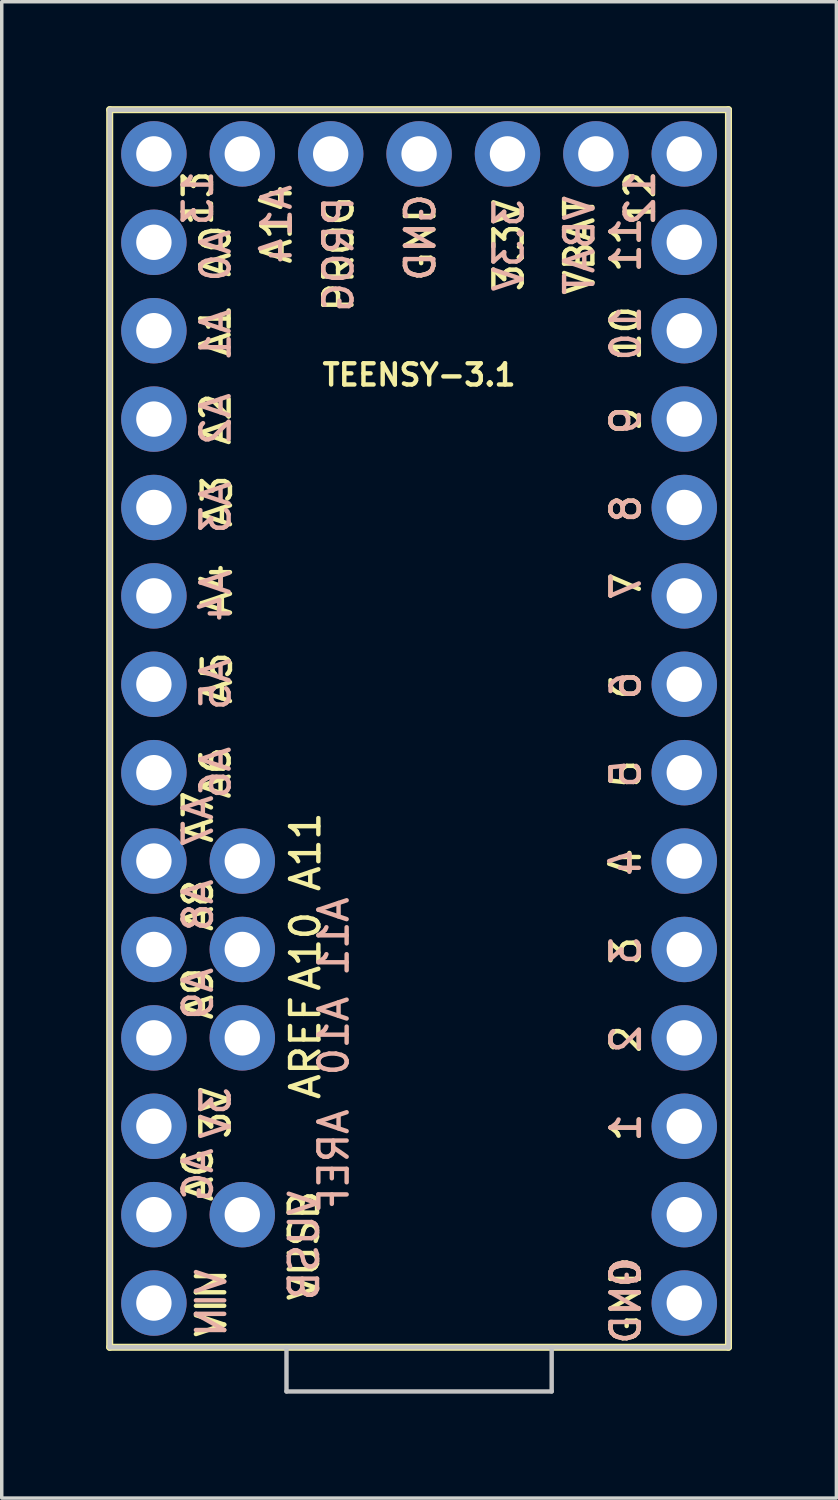
<source format=kicad_pcb>
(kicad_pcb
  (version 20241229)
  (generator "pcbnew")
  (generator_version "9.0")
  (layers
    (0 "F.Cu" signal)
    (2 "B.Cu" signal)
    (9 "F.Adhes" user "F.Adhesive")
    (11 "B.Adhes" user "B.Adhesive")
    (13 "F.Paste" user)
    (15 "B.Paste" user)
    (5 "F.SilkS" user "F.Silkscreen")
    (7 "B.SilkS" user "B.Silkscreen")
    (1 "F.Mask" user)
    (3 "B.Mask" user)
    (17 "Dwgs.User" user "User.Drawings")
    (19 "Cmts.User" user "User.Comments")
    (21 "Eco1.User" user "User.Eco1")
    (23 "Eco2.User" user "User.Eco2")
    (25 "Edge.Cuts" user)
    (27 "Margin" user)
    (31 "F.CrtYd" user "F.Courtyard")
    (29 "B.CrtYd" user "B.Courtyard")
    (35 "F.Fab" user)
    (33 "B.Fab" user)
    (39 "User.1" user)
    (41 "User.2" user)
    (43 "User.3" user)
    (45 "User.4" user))
  (footprint "TEENSY-3.1"
    (layer "F.Cu")
    (at 8.992 17.882)
    (property "Reference" "TEENSY-3.1" (at 0 -10.16 0) (layer "F.SilkS") (effects (font (size 0.61 0.61) (thickness 0.127))))
    (attr exclude_from_pos_files exclude_from_bom)
    (fp_line (start -8.89 -17.78) (end 8.89 -17.78) (stroke (width 0.127) (type solid)) (layer "F.SilkS"))
    (fp_line (start -8.89 -17.78) (end 8.89 -17.78) (stroke (width 0.203) (type solid)) (layer "F.SilkS"))
    (fp_line (start -8.89 17.78) (end -8.89 -17.78) (stroke (width 0.127) (type solid)) (layer "F.SilkS"))
    (fp_line (start -8.89 17.78) (end -8.89 -17.78) (stroke (width 0.203) (type solid)) (layer "F.SilkS"))
    (fp_line (start 8.89 -17.78) (end 8.89 17.78) (stroke (width 0.127) (type solid)) (layer "F.SilkS"))
    (fp_line (start 8.89 -17.78) (end 8.89 17.78) (stroke (width 0.203) (type solid)) (layer "F.SilkS"))
    (fp_line (start 8.89 17.78) (end -8.89 17.78) (stroke (width 0.127) (type solid)) (layer "F.SilkS"))
    (fp_line (start 8.89 17.78) (end -8.89 17.78) (stroke (width 0.203) (type solid)) (layer "F.SilkS"))
    (fp_line (start -8.89 -17.78) (end 8.89 -17.78) (stroke (width 0.127) (type solid)) (layer "Dwgs.User"))
    (fp_line (start -8.89 17.78) (end -8.89 -17.78) (stroke (width 0.127) (type solid)) (layer "Dwgs.User"))
    (fp_line (start -3.81 17.78) (end -8.89 17.78) (stroke (width 0.127) (type solid)) (layer "Dwgs.User"))
    (fp_line (start -3.81 19.05) (end -3.81 17.78) (stroke (width 0.127) (type solid)) (layer "Dwgs.User"))
    (fp_line (start -3.81 19.05) (end 3.81 19.05) (stroke (width 0.127) (type solid)) (layer "Dwgs.User"))
    (fp_line (start 3.81 17.78) (end -3.81 17.78) (stroke (width 0.127) (type solid)) (layer "Dwgs.User"))
    (fp_line (start 3.81 19.05) (end 3.81 17.78) (stroke (width 0.127) (type solid)) (layer "Dwgs.User"))
    (fp_line (start 8.89 -17.78) (end 8.89 17.78) (stroke (width 0.127) (type solid)) (layer "Dwgs.User"))
    (fp_line (start 8.89 17.78) (end 3.81 17.78) (stroke (width 0.127) (type solid)) (layer "Dwgs.User"))
    (fp_text user "A7" (at -6.35 2.54 90) (layer "F.SilkS") (effects (font (size 0.813 0.813) (thickness 0.127))))
    (fp_text user "AG" (at -6.35 12.827 90) (layer "F.SilkS") (effects (font (size 0.813 0.813) (thickness 0.127))))
    (fp_text user "VUSB" (at -3.302 14.859 90) (layer "F.SilkS") (effects (font (size 0.813 0.813) (thickness 0.127))))
    (fp_text user "A2" (at -5.842 -8.89 90) (layer "F.SilkS") (effects (font (size 0.813 0.813) (thickness 0.127))))
    (fp_text user "0" (at 5.944 15.659 90) (layer "F.SilkS") (effects (font (size 0.813 0.813) (thickness 0.127))))
    (fp_text user "VIN" (at -5.969 16.51 90) (layer "F.SilkS") (effects (font (size 0.813 0.813) (thickness 0.127))))
    (fp_text user "A0" (at -5.842 -13.716 90) (layer "F.SilkS") (effects (font (size 0.813 0.813) (thickness 0.127))))
    (fp_text user "1" (at 5.944 11.468 90) (layer "F.SilkS") (effects (font (size 0.813 0.813) (thickness 0.127))))
    (fp_text user "5" (at 5.944 1.306 90) (layer "F.SilkS") (effects (font (size 0.813 0.813) (thickness 0.127))))
    (fp_text user "A6" (at -5.842 1.27 90) (layer "F.SilkS") (effects (font (size 0.813 0.813) (thickness 0.127))))
    (fp_text user "A9" (at -6.35 7.62 90) (layer "F.SilkS") (effects (font (size 0.813 0.813) (thickness 0.127))))
    (fp_text user "A14" (at -4.089 -14.488 90) (layer "F.SilkS") (effects (font (size 0.813 0.813) (thickness 0.127))))
    (fp_text user "A8" (at -6.35 5.08 90) (layer "F.SilkS") (effects (font (size 0.813 0.813) (thickness 0.127))))
    (fp_text user "10" (at 5.944 -11.354 90) (layer "F.SilkS") (effects (font (size 0.813 0.813) (thickness 0.127))))
    (fp_text user "GND" (at 0.038 -14.107 90) (layer "F.SilkS") (effects (font (size 0.813 0.813) (thickness 0.127))))
    (fp_text user "A3" (at -5.804 -6.528 90) (layer "F.SilkS") (effects (font (size 0.813 0.813) (thickness 0.127))))
    (fp_text user "A11" (at -3.264 3.543 90) (layer "F.SilkS") (effects (font (size 0.813 0.813) (thickness 0.127))))
    (fp_text user "A1" (at -5.842 -11.43 90) (layer "F.SilkS") (effects (font (size 0.813 0.813) (thickness 0.127))))
    (fp_text user "13" (at -6.35 -15.24 90) (layer "F.SilkS") (effects (font (size 0.813 0.813) (thickness 0.127))))
    (fp_text user "4" (at 5.944 3.848 90) (layer "F.SilkS") (effects (font (size 0.813 0.813) (thickness 0.127))))
    (fp_text user "VBAT" (at 4.61 -13.881 90) (layer "F.SilkS") (effects (font (size 0.813 0.813) (thickness 0.127))))
    (fp_text user "7" (at 5.944 -4.089 90) (layer "F.SilkS") (effects (font (size 0.813 0.813) (thickness 0.127))))
    (fp_text user "9" (at 5.944 -8.852 90) (layer "F.SilkS") (effects (font (size 0.813 0.813) (thickness 0.127))))
    (fp_text user "A10" (at -3.264 6.401 90) (layer "F.SilkS") (effects (font (size 0.813 0.813) (thickness 0.127))))
    (fp_text user "GND" (at 5.944 16.434 90) (layer "F.SilkS") (effects (font (size 0.813 0.813) (thickness 0.127))))
    (fp_text user "3V" (at -5.842 11.049 90) (layer "F.SilkS") (effects (font (size 0.813 0.813) (thickness 0.127))))
    (fp_text user "2" (at 5.944 8.928 90) (layer "F.SilkS") (effects (font (size 0.813 0.813) (thickness 0.127))))
    (fp_text user "PROG" (at -2.311 -13.627 90) (layer "F.SilkS") (effects (font (size 0.813 0.813) (thickness 0.127))))
    (fp_text user "3" (at 5.944 6.388 90) (layer "F.SilkS") (effects (font (size 0.813 0.813) (thickness 0.127))))
    (fp_text user "8" (at 5.944 -6.312 90) (layer "F.SilkS") (effects (font (size 0.813 0.813) (thickness 0.127))))
    (fp_text user "A4" (at -5.804 -3.988 90) (layer "F.SilkS") (effects (font (size 0.813 0.813) (thickness 0.127))))
    (fp_text user "12" (at 6.35 -15.24 270) (layer "F.SilkS") (effects (font (size 0.813 0.813) (thickness 0.127))))
    (fp_text user "6" (at 5.944 -1.232 90) (layer "F.SilkS") (effects (font (size 0.813 0.813) (thickness 0.127))))
    (fp_text user "A5" (at -5.804 -1.448 90) (layer "F.SilkS") (effects (font (size 0.813 0.813) (thickness 0.127))))
    (fp_text user "AREF" (at -3.264 9.169 90) (layer "F.SilkS") (effects (font (size 0.813 0.813) (thickness 0.127))))
    (fp_text user "3.3V" (at 2.578 -13.881 90) (layer "F.SilkS") (effects (font (size 0.813 0.813) (thickness 0.127))))
    (fp_text user "11" (at 5.944 -13.894 90) (layer "F.SilkS") (effects (font (size 0.813 0.813) (thickness 0.127))))
    (fp_text user "A0" (at -5.842 -13.589 270) (layer "B.SilkS") (effects (font (size 0.813 0.813) (thickness 0.127)) (justify mirror)))
    (fp_text user "13" (at -6.35 -15.24 270) (layer "B.SilkS") (effects (font (size 0.813 0.813) (thickness 0.127)) (justify mirror)))
    (fp_text user "9" (at 5.944 -8.852 90) (layer "B.SilkS") (effects (font (size 0.813 0.813) (thickness 0.127)) (justify mirror)))
    (fp_text user "VUSB" (at -3.302 14.859 270) (layer "B.SilkS") (effects (font (size 0.813 0.813) (thickness 0.127)) (justify mirror)))
    (fp_text user "4" (at 5.944 3.848 90) (layer "B.SilkS") (effects (font (size 0.813 0.813) (thickness 0.127)) (justify mirror)))
    (fp_text user "1" (at 5.944 11.468 90) (layer "B.SilkS") (effects (font (size 0.813 0.813) (thickness 0.127)) (justify mirror)))
    (fp_text user "A14" (at -4.089 -14.488 90) (layer "B.SilkS") (effects (font (size 0.813 0.813) (thickness 0.127)) (justify mirror)))
    (fp_text user "A2" (at -5.842 -8.89 270) (layer "B.SilkS") (effects (font (size 0.813 0.813) (thickness 0.127)) (justify mirror)))
    (fp_text user "A3" (at -5.842 -6.35 270) (layer "B.SilkS") (effects (font (size 0.813 0.813) (thickness 0.127)) (justify mirror)))
    (fp_text user "A7" (at -6.35 2.667 270) (layer "B.SilkS") (effects (font (size 0.813 0.813) (thickness 0.127)) (justify mirror)))
    (fp_text user "0" (at 5.944 15.659 90) (layer "B.SilkS") (effects (font (size 0.813 0.813) (thickness 0.127)) (justify mirror)))
    (fp_text user "A9" (at -6.35 7.62 270) (layer "B.SilkS") (effects (font (size 0.813 0.813) (thickness 0.127)) (justify mirror)))
    (fp_text user "3.3V" (at 2.578 -13.881 90) (layer "B.SilkS") (effects (font (size 0.813 0.813) (thickness 0.127)) (justify mirror)))
    (fp_text user "7" (at 5.944 -4.089 90) (layer "B.SilkS") (effects (font (size 0.813 0.813) (thickness 0.127)) (justify mirror)))
    (fp_text user "GND" (at 5.944 16.434 90) (layer "B.SilkS") (effects (font (size 0.813 0.813) (thickness 0.127)) (justify mirror)))
    (fp_text user "3V" (at -5.842 11.049 270) (layer "B.SilkS") (effects (font (size 0.813 0.813) (thickness 0.127)) (justify mirror)))
    (fp_text user "A6" (at -5.842 1.27 270) (layer "B.SilkS") (effects (font (size 0.813 0.813) (thickness 0.127)) (justify mirror)))
    (fp_text user "11" (at 5.944 -13.894 90) (layer "B.SilkS") (effects (font (size 0.813 0.813) (thickness 0.127)) (justify mirror)))
    (fp_text user "8" (at 5.944 -6.312 90) (layer "B.SilkS") (effects (font (size 0.813 0.813) (thickness 0.127)) (justify mirror)))
    (fp_text user "5" (at 5.944 1.306 90) (layer "B.SilkS") (effects (font (size 0.813 0.813) (thickness 0.127)) (justify mirror)))
    (fp_text user "GND" (at 0.038 -14.107 90) (layer "B.SilkS") (effects (font (size 0.813 0.813) (thickness 0.127)) (justify mirror)))
    (fp_text user "AREF" (at -2.451 12.421 270) (layer "B.SilkS") (effects (font (size 0.813 0.813) (thickness 0.127)) (justify mirror)))
    (fp_text user "A1" (at -5.842 -11.303 270) (layer "B.SilkS") (effects (font (size 0.813 0.813) (thickness 0.127)) (justify mirror)))
    (fp_text user "3" (at 5.944 6.388 90) (layer "B.SilkS") (effects (font (size 0.813 0.813) (thickness 0.127)) (justify mirror)))
    (fp_text user "VIN" (at -5.969 16.51 270) (layer "B.SilkS") (effects (font (size 0.813 0.813) (thickness 0.127)) (justify mirror)))
    (fp_text user "A5" (at -5.842 -1.27 270) (layer "B.SilkS") (effects (font (size 0.813 0.813) (thickness 0.127)) (justify mirror)))
    (fp_text user "12" (at 6.35 -15.24 90) (layer "B.SilkS") (effects (font (size 0.813 0.813) (thickness 0.127)) (justify mirror)))
    (fp_text user "A10" (at -2.451 8.837 270) (layer "B.SilkS") (effects (font (size 0.813 0.813) (thickness 0.127)) (justify mirror)))
    (fp_text user "6" (at 5.944 -1.232 90) (layer "B.SilkS") (effects (font (size 0.813 0.813) (thickness 0.127)) (justify mirror)))
    (fp_text user "A11" (at -2.451 5.982 270) (layer "B.SilkS") (effects (font (size 0.813 0.813) (thickness 0.127)) (justify mirror)))
    (fp_text user "10" (at 5.944 -11.354 90) (layer "B.SilkS") (effects (font (size 0.813 0.813) (thickness 0.127)) (justify mirror)))
    (fp_text user "A4" (at -5.842 -3.81 270) (layer "B.SilkS") (effects (font (size 0.813 0.813) (thickness 0.127)) (justify mirror)))
    (fp_text user "A8" (at -6.35 5.08 270) (layer "B.SilkS") (effects (font (size 0.813 0.813) (thickness 0.127)) (justify mirror)))
    (fp_text user "2" (at 5.944 8.928 90) (layer "B.SilkS") (effects (font (size 0.813 0.813) (thickness 0.127)) (justify mirror)))
    (fp_text user "PROG" (at -2.311 -13.627 90) (layer "B.SilkS") (effects (font (size 0.813 0.813) (thickness 0.127)) (justify mirror)))
    (fp_text user "AG" (at -6.35 12.827 90) (layer "B.SilkS") (effects (font (size 0.813 0.813) (thickness 0.127)) (justify mirror)))
    (fp_text user "VBAT" (at 4.61 -13.881 90) (layer "B.SilkS") (effects (font (size 0.813 0.813) (thickness 0.127)) (justify mirror)))
    (pad "0" thru_hole circle (at 7.62 13.97) (size 1.88 1.88) (drill 1.016) (layers "*.Cu" "*.Mask"))
    (pad "1" thru_hole circle (at 7.62 11.43) (size 1.88 1.88) (drill 1.016) (layers "*.Cu" "*.Mask"))
    (pad "2" thru_hole circle (at 7.62 8.89) (size 1.88 1.88) (drill 1.016) (layers "*.Cu" "*.Mask"))
    (pad "3" thru_hole circle (at 7.62 6.35) (size 1.88 1.88) (drill 1.016) (layers "*.Cu" "*.Mask"))
    (pad "3.3V" thru_hole circle (at 2.54 -16.51) (size 1.88 1.88) (drill 1.016) (layers "*.Cu" "*.Mask"))
    (pad "3V" thru_hole circle (at -7.62 11.43) (size 1.88 1.88) (drill 1.016) (layers "*.Cu" "*.Mask"))
    (pad "4" thru_hole circle (at 7.62 3.81) (size 1.88 1.88) (drill 1.016) (layers "*.Cu" "*.Mask"))
    (pad "5" thru_hole circle (at 7.62 1.27) (size 1.88 1.88) (drill 1.016) (layers "*.Cu" "*.Mask"))
    (pad "6" thru_hole circle (at 7.62 -1.27) (size 1.88 1.88) (drill 1.016) (layers "*.Cu" "*.Mask"))
    (pad "7" thru_hole circle (at 7.62 -3.81) (size 1.88 1.88) (drill 1.016) (layers "*.Cu" "*.Mask"))
    (pad "8" thru_hole circle (at 7.62 -6.35) (size 1.88 1.88) (drill 1.016) (layers "*.Cu" "*.Mask"))
    (pad "9" thru_hole circle (at 7.62 -8.89) (size 1.88 1.88) (drill 1.016) (layers "*.Cu" "*.Mask"))
    (pad "10" thru_hole circle (at 7.62 -11.43) (size 1.88 1.88) (drill 1.016) (layers "*.Cu" "*.Mask"))
    (pad "11" thru_hole circle (at 7.62 -13.97) (size 1.88 1.88) (drill 1.016) (layers "*.Cu" "*.Mask"))
    (pad "12" thru_hole circle (at 7.62 -16.51) (size 1.88 1.88) (drill 1.016) (layers "*.Cu" "*.Mask"))
    (pad "13" thru_hole circle (at -7.62 -16.51) (size 1.88 1.88) (drill 1.016) (layers "*.Cu" "*.Mask"))
    (pad "14" thru_hole circle (at -7.62 -13.97) (size 1.88 1.88) (drill 1.016) (layers "*.Cu" "*.Mask"))
    (pad "15" thru_hole circle (at -7.62 -11.43) (size 1.88 1.88) (drill 1.016) (layers "*.Cu" "*.Mask"))
    (pad "16" thru_hole circle (at -7.62 -8.89) (size 1.88 1.88) (drill 1.016) (layers "*.Cu" "*.Mask"))
    (pad "17" thru_hole circle (at -7.62 -6.35) (size 1.88 1.88) (drill 1.016) (layers "*.Cu" "*.Mask"))
    (pad "18" thru_hole circle (at -7.62 -3.81) (size 1.88 1.88) (drill 1.016) (layers "*.Cu" "*.Mask"))
    (pad "19" thru_hole circle (at -7.62 -1.27) (size 1.88 1.88) (drill 1.016) (layers "*.Cu" "*.Mask"))
    (pad "20" thru_hole circle (at -7.62 1.27) (size 1.88 1.88) (drill 1.016) (layers "*.Cu" "*.Mask"))
    (pad "21" thru_hole circle (at -7.62 3.81) (size 1.88 1.88) (drill 1.016) (layers "*.Cu" "*.Mask"))
    (pad "22" thru_hole circle (at -7.62 6.35) (size 1.88 1.88) (drill 1.016) (layers "*.Cu" "*.Mask"))
    (pad "23" thru_hole circle (at -7.62 8.89) (size 1.88 1.88) (drill 1.016) (layers "*.Cu" "*.Mask"))
    (pad "A10" thru_hole circle (at -5.08 6.35) (size 1.88 1.88) (drill 1.016) (layers "*.Cu" "*.Mask"))
    (pad "A11" thru_hole circle (at -5.08 3.81) (size 1.88 1.88) (drill 1.016) (layers "*.Cu" "*.Mask"))
    (pad "A14/" thru_hole circle (at -5.08 -16.51) (size 1.88 1.88) (drill 1.016) (layers "*.Cu" "*.Mask"))
    (pad "AGND" thru_hole circle (at -7.62 13.97) (size 1.88 1.88) (drill 1.016) (layers "*.Cu" "*.Mask"))
    (pad "AREF" thru_hole circle (at -5.08 8.89) (size 1.88 1.88) (drill 1.016) (layers "*.Cu" "*.Mask"))
    (pad "GND" thru_hole circle (at 0 -16.51) (size 1.88 1.88) (drill 1.016) (layers "*.Cu" "*.Mask"))
    (pad "GND1" thru_hole circle (at 7.62 16.51) (size 1.88 1.88) (drill 1.016) (layers "*.Cu" "*.Mask"))
    (pad "PROG" thru_hole circle (at -2.54 -16.51) (size 1.88 1.88) (drill 1.016) (layers "*.Cu" "*.Mask"))
    (pad "VBAT" thru_hole circle (at 5.08 -16.51) (size 1.88 1.88) (drill 1.016) (layers "*.Cu" "*.Mask"))
    (pad "VIN" thru_hole circle (at -7.62 16.51) (size 1.88 1.88) (drill 1.016) (layers "*.Cu" "*.Mask"))
    (pad "VUSB" thru_hole circle (at -5.08 13.97) (size 1.88 1.88) (drill 1.016) (layers "*.Cu" "*.Mask")))
  (gr_rect
    (start -3 -3)
    (end 20.983 39.995)
    (stroke (width 0.1) (type default))
    (fill no)
    (layer "Edge.Cuts")))
</source>
